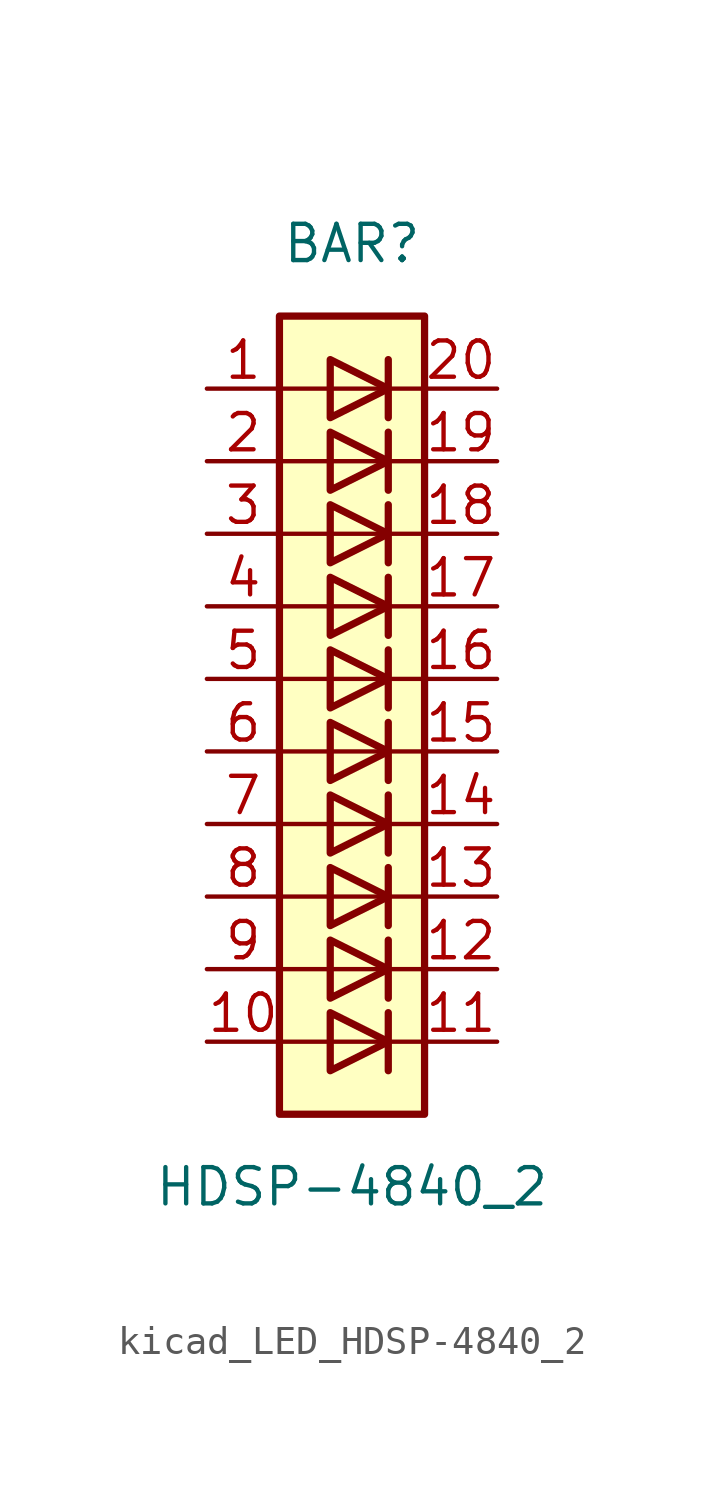
<source format=kicad_sym>
(kicad_symbol_lib
  (version 20220914)
  (generator kicad_symbol_editor)
  (symbol "kicad_LED_HDSP-4840_2"
    (pin_names
      (offset 1.016) hide)
    (property "Reference" "BAR"
      (at 0 15.24 0)
      (effects (font (size 1.27 1.27))))
    (property "Value" "HDSP-4840_2"
      (at 0 -17.78 0)
      (effects (font (size 1.27 1.27))))
    (symbol "kicad_LED_HDSP-4840_2_0_1"
      (rectangle (start -2.54 12.7) (end 2.54 -15.24) (stroke (width 0.254) (type default)) (fill (type background)))
      (polyline (pts (xy -2.54 -12.7) (xy 2.54 -12.7)) (stroke (width 0) (type default)) (fill (type none)))
      (polyline (pts (xy -2.54 -10.16) (xy 2.54 -10.16)) (stroke (width 0) (type default)) (fill (type none)))
      (polyline (pts (xy -2.54 -7.62) (xy 2.54 -7.62)) (stroke (width 0) (type default)) (fill (type none)))
      (polyline (pts (xy -2.54 -5.08) (xy 2.54 -5.08)) (stroke (width 0) (type default)) (fill (type none)))
      (polyline (pts (xy -2.54 0) (xy 2.54 0)) (stroke (width 0) (type default)) (fill (type none)))
      (polyline (pts (xy -2.54 5.08) (xy 2.54 5.08)) (stroke (width 0) (type default)) (fill (type none)))
      (polyline (pts (xy -2.54 7.62) (xy 2.54 7.62)) (stroke (width 0) (type default)) (fill (type none)))
      (polyline (pts (xy -2.54 10.16) (xy 2.54 10.16)) (stroke (width 0) (type default)) (fill (type none)))
      (polyline (pts (xy 1.27 -11.684) (xy 1.27 -13.716)) (stroke (width 0.254) (type default)) (fill (type none)))
      (polyline (pts (xy 1.27 -9.144) (xy 1.27 -11.176)) (stroke (width 0.254) (type default)) (fill (type none)))
      (polyline (pts (xy 1.27 -6.604) (xy 1.27 -8.636)) (stroke (width 0.254) (type default)) (fill (type none)))
      (polyline (pts (xy 1.27 -4.064) (xy 1.27 -6.096)) (stroke (width 0.254) (type default)) (fill (type none)))
      (polyline (pts (xy 1.27 -1.524) (xy 1.27 -3.556)) (stroke (width 0.254) (type default)) (fill (type none)))
      (polyline (pts (xy 1.27 1.016) (xy 1.27 -1.016)) (stroke (width 0.254) (type default)) (fill (type none)))
      (polyline (pts (xy 1.27 3.556) (xy 1.27 1.524)) (stroke (width 0.254) (type default)) (fill (type none)))
      (polyline (pts (xy 1.27 6.096) (xy 1.27 4.064)) (stroke (width 0.254) (type default)) (fill (type none)))
      (polyline (pts (xy 1.27 8.636) (xy 1.27 6.604)) (stroke (width 0.254) (type default)) (fill (type none)))
      (polyline (pts (xy 1.27 11.176) (xy 1.27 9.144)) (stroke (width 0.254) (type default)) (fill (type none)))
      (polyline (pts (xy 2.54 -2.54) (xy -2.54 -2.54)) (stroke (width 0) (type default)) (fill (type none)))
      (polyline (pts (xy 2.54 2.54) (xy -2.54 2.54)) (stroke (width 0) (type default)) (fill (type none)))
      (polyline (pts (xy -0.762 -11.684) (xy -0.762 -13.716) (xy 1.27 -12.7) (xy -0.762 -11.684)) (stroke (width 0.254) (type default)) (fill (type none)))
      (polyline (pts (xy -0.762 -9.144) (xy -0.762 -11.176) (xy 1.27 -10.16) (xy -0.762 -9.144)) (stroke (width 0.254) (type default)) (fill (type none)))
      (polyline (pts (xy -0.762 -6.604) (xy -0.762 -8.636) (xy 1.27 -7.62) (xy -0.762 -6.604)) (stroke (width 0.254) (type default)) (fill (type none)))
      (polyline (pts (xy -0.762 -4.064) (xy -0.762 -6.096) (xy 1.27 -5.08) (xy -0.762 -4.064)) (stroke (width 0.254) (type default)) (fill (type none)))
      (polyline (pts (xy -0.762 -1.524) (xy -0.762 -3.556) (xy 1.27 -2.54) (xy -0.762 -1.524)) (stroke (width 0.254) (type default)) (fill (type none)))
      (polyline (pts (xy -0.762 1.016) (xy -0.762 -1.016) (xy 1.27 0) (xy -0.762 1.016)) (stroke (width 0.254) (type default)) (fill (type none)))
      (polyline (pts (xy -0.762 3.556) (xy -0.762 1.524) (xy 1.27 2.54) (xy -0.762 3.556)) (stroke (width 0.254) (type default)) (fill (type none)))
      (polyline (pts (xy -0.762 6.096) (xy -0.762 4.064) (xy 1.27 5.08) (xy -0.762 6.096)) (stroke (width 0.254) (type default)) (fill (type none)))
      (polyline (pts (xy -0.762 8.636) (xy -0.762 6.604) (xy 1.27 7.62) (xy -0.762 8.636)) (stroke (width 0.254) (type default)) (fill (type none)))
      (polyline (pts (xy -0.762 11.176) (xy -0.762 9.144) (xy 1.27 10.16) (xy -0.762 11.176)) (stroke (width 0.254) (type default)) (fill (type none))))
    (symbol "kicad_LED_HDSP-4840_2_1_1"
      (pin passive line (at -5.08 10.16 0) (length 2.54) (name "A" (effects (font (size 1.27 1.27)))) (number "1" (effects (font (size 1.27 1.27)))))
      (pin passive line (at -5.08 -12.7 0) (length 2.54) (name "A" (effects (font (size 1.27 1.27)))) (number "10" (effects (font (size 1.27 1.27)))))
      (pin passive line (at 5.08 -12.7 180) (length 2.54) (name "K" (effects (font (size 1.27 1.27)))) (number "11" (effects (font (size 1.27 1.27)))))
      (pin passive line (at 5.08 -10.16 180) (length 2.54) (name "K" (effects (font (size 1.27 1.27)))) (number "12" (effects (font (size 1.27 1.27)))))
      (pin passive line (at 5.08 -7.62 180) (length 2.54) (name "K" (effects (font (size 1.27 1.27)))) (number "13" (effects (font (size 1.27 1.27)))))
      (pin passive line (at 5.08 -5.08 180) (length 2.54) (name "K" (effects (font (size 1.27 1.27)))) (number "14" (effects (font (size 1.27 1.27)))))
      (pin passive line (at 5.08 -2.54 180) (length 2.54) (name "K" (effects (font (size 1.27 1.27)))) (number "15" (effects (font (size 1.27 1.27)))))
      (pin passive line (at 5.08 0 180) (length 2.54) (name "K" (effects (font (size 1.27 1.27)))) (number "16" (effects (font (size 1.27 1.27)))))
      (pin passive line (at 5.08 2.54 180) (length 2.54) (name "K" (effects (font (size 1.27 1.27)))) (number "17" (effects (font (size 1.27 1.27)))))
      (pin passive line (at 5.08 5.08 180) (length 2.54) (name "K" (effects (font (size 1.27 1.27)))) (number "18" (effects (font (size 1.27 1.27)))))
      (pin passive line (at 5.08 7.62 180) (length 2.54) (name "K" (effects (font (size 1.27 1.27)))) (number "19" (effects (font (size 1.27 1.27)))))
      (pin passive line (at -5.08 7.62 0) (length 2.54) (name "A" (effects (font (size 1.27 1.27)))) (number "2" (effects (font (size 1.27 1.27)))))
      (pin passive line (at 5.08 10.16 180) (length 2.54) (name "K" (effects (font (size 1.27 1.27)))) (number "20" (effects (font (size 1.27 1.27)))))
      (pin passive line (at -5.08 5.08 0) (length 2.54) (name "A" (effects (font (size 1.27 1.27)))) (number "3" (effects (font (size 1.27 1.27)))))
      (pin passive line (at -5.08 2.54 0) (length 2.54) (name "A" (effects (font (size 1.27 1.27)))) (number "4" (effects (font (size 1.27 1.27)))))
      (pin passive line (at -5.08 0 0) (length 2.54) (name "A" (effects (font (size 1.27 1.27)))) (number "5" (effects (font (size 1.27 1.27)))))
      (pin passive line (at -5.08 -2.54 0) (length 2.54) (name "A" (effects (font (size 1.27 1.27)))) (number "6" (effects (font (size 1.27 1.27)))))
      (pin passive line (at -5.08 -5.08 0) (length 2.54) (name "A" (effects (font (size 1.27 1.27)))) (number "7" (effects (font (size 1.27 1.27)))))
      (pin passive line (at -5.08 -7.62 0) (length 2.54) (name "A" (effects (font (size 1.27 1.27)))) (number "8" (effects (font (size 1.27 1.27)))))
      (pin passive line (at -5.08 -10.16 0) (length 2.54) (name "A" (effects (font (size 1.27 1.27)))) (number "9" (effects (font (size 1.27 1.27))))))))
</source>
